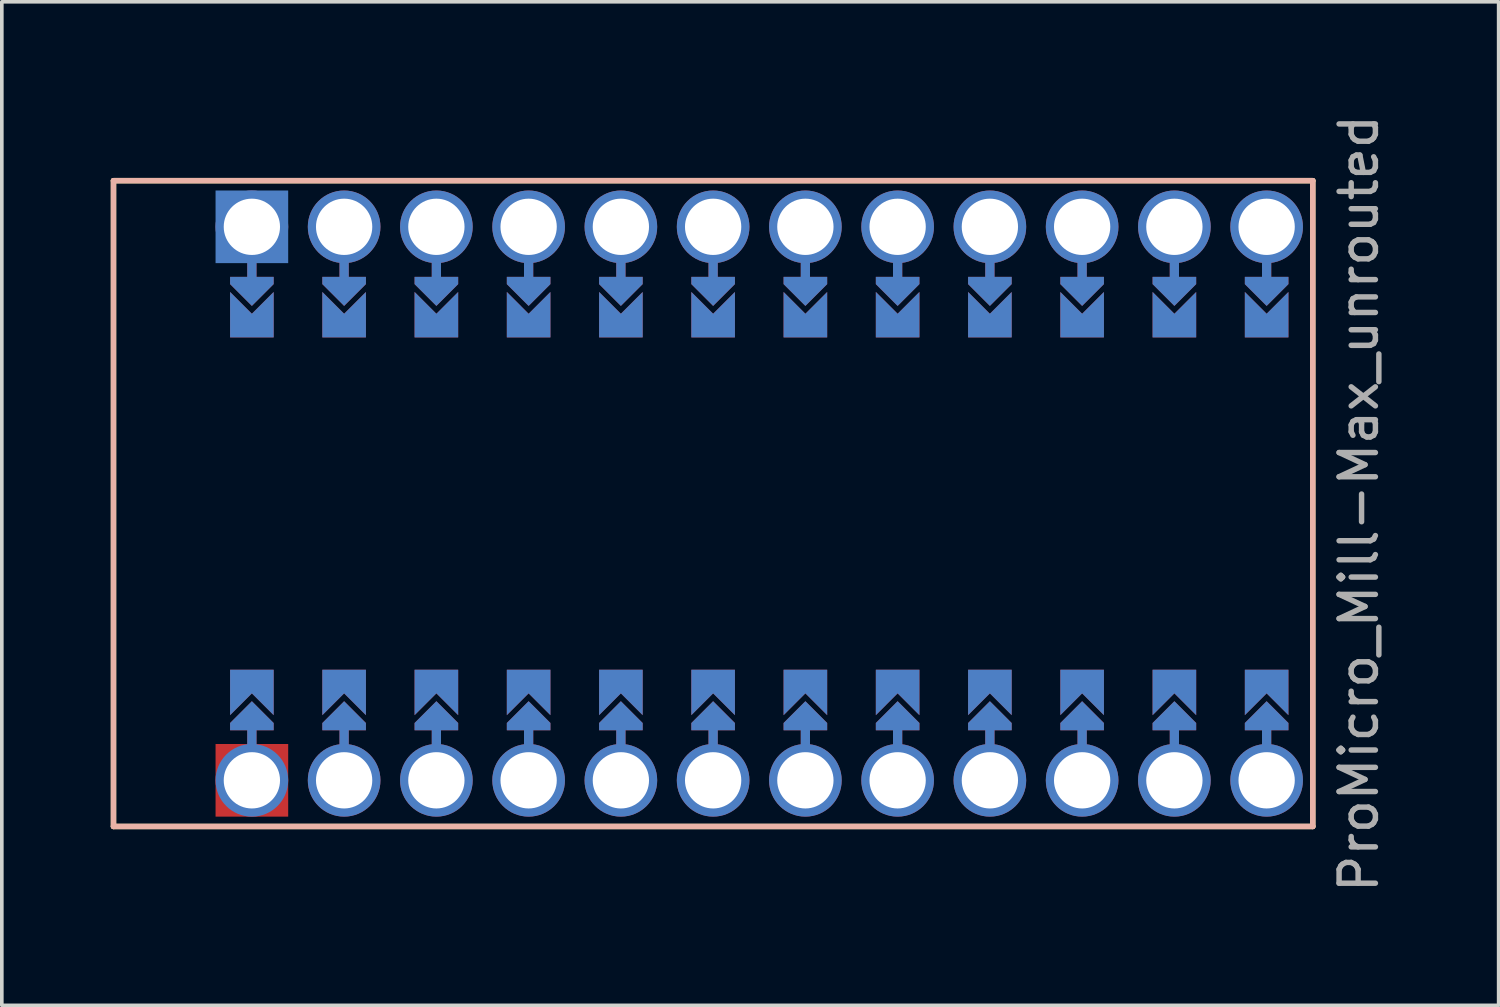
<source format=kicad_pcb>
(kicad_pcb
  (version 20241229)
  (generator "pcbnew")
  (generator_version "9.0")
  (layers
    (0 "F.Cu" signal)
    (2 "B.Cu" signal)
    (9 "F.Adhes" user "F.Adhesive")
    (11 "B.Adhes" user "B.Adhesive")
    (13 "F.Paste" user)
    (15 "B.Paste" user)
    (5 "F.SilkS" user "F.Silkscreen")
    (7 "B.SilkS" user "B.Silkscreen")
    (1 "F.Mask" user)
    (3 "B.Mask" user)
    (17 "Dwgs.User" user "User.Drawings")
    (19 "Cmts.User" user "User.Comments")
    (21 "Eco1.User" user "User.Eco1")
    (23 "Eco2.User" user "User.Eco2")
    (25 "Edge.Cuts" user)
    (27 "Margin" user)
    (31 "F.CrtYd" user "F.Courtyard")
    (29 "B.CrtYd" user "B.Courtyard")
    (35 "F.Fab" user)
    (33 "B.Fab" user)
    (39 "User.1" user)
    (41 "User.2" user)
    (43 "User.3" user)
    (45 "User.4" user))
  (footprint "ProMicro_Mill-Max_unrouted"
    (layer "F.Cu")
    (at 17.855 10.815)
    (property "Reference" "ProMicro_Mill-Max_unrouted" (at 16.51 0 90) (layer "F.Fab") (effects (font (size 1 1) (thickness 0.15))))
    (attr through_hole)
    (fp_line (start -13.97 -7.62) (end -13.97 -5.842) (stroke (width 0.254) (type default)) (layer "F.Cu"))
    (fp_line (start -13.97 7.62) (end -13.97 5.842) (stroke (width 0.254) (type default)) (layer "F.Cu"))
    (fp_line (start -11.43 -7.62) (end -11.43 -5.842) (stroke (width 0.254) (type default)) (layer "F.Cu"))
    (fp_line (start -11.43 7.62) (end -11.43 5.842) (stroke (width 0.254) (type default)) (layer "F.Cu"))
    (fp_line (start -8.89 -7.62) (end -8.89 -5.842) (stroke (width 0.254) (type default)) (layer "F.Cu"))
    (fp_line (start -8.89 7.62) (end -8.89 5.842) (stroke (width 0.254) (type default)) (layer "F.Cu"))
    (fp_line (start -6.35 -7.62) (end -6.35 -5.842) (stroke (width 0.254) (type default)) (layer "F.Cu"))
    (fp_line (start -6.35 7.62) (end -6.35 5.842) (stroke (width 0.254) (type default)) (layer "F.Cu"))
    (fp_line (start -3.81 -7.62) (end -3.81 -5.842) (stroke (width 0.254) (type default)) (layer "F.Cu"))
    (fp_line (start -3.81 7.62) (end -3.81 5.842) (stroke (width 0.254) (type default)) (layer "F.Cu"))
    (fp_line (start -1.27 -7.62) (end -1.27 -5.842) (stroke (width 0.254) (type default)) (layer "F.Cu"))
    (fp_line (start -1.27 7.62) (end -1.27 5.842) (stroke (width 0.254) (type default)) (layer "F.Cu"))
    (fp_line (start 1.27 -7.62) (end 1.27 -5.842) (stroke (width 0.254) (type default)) (layer "F.Cu"))
    (fp_line (start 1.27 7.62) (end 1.27 5.842) (stroke (width 0.254) (type default)) (layer "F.Cu"))
    (fp_line (start 3.81 -7.62) (end 3.81 -5.842) (stroke (width 0.254) (type default)) (layer "F.Cu"))
    (fp_line (start 3.81 7.62) (end 3.81 5.842) (stroke (width 0.254) (type default)) (layer "F.Cu"))
    (fp_line (start 6.35 -7.62) (end 6.35 -5.842) (stroke (width 0.254) (type default)) (layer "F.Cu"))
    (fp_line (start 6.35 7.62) (end 6.35 5.842) (stroke (width 0.254) (type default)) (layer "F.Cu"))
    (fp_line (start 8.89 -7.62) (end 8.89 -5.842) (stroke (width 0.254) (type default)) (layer "F.Cu"))
    (fp_line (start 8.89 7.62) (end 8.89 5.842) (stroke (width 0.254) (type default)) (layer "F.Cu"))
    (fp_line (start 11.43 -7.62) (end 11.43 -5.842) (stroke (width 0.254) (type default)) (layer "F.Cu"))
    (fp_line (start 11.43 7.62) (end 11.43 5.842) (stroke (width 0.254) (type default)) (layer "F.Cu"))
    (fp_line (start 13.97 -7.62) (end 13.97 -5.842) (stroke (width 0.254) (type default)) (layer "F.Cu"))
    (fp_line (start 13.97 7.62) (end 13.97 5.842) (stroke (width 0.254) (type default)) (layer "F.Cu"))
    (fp_poly (pts (xy -14.478 5.08) (xy -13.462 5.08) (xy -13.462 6.096) (xy -14.478 6.096)) (stroke (width 0.2) (type solid)) (fill yes) (layer "F.Mask"))
    (fp_poly (pts (xy -13.462 -5.08) (xy -14.478 -5.08) (xy -14.478 -6.096) (xy -13.462 -6.096)) (stroke (width 0.2) (type solid)) (fill yes) (layer "F.Mask"))
    (fp_poly (pts (xy -11.938 5.08) (xy -10.922 5.08) (xy -10.922 6.096) (xy -11.938 6.096)) (stroke (width 0.2) (type solid)) (fill yes) (layer "F.Mask"))
    (fp_poly (pts (xy -10.922 -5.08) (xy -11.938 -5.08) (xy -11.938 -6.096) (xy -10.922 -6.096)) (stroke (width 0.2) (type solid)) (fill yes) (layer "F.Mask"))
    (fp_poly (pts (xy -9.398 5.08) (xy -8.382 5.08) (xy -8.382 6.096) (xy -9.398 6.096)) (stroke (width 0.2) (type solid)) (fill yes) (layer "F.Mask"))
    (fp_poly (pts (xy -8.382 -5.08) (xy -9.398 -5.08) (xy -9.398 -6.096) (xy -8.382 -6.096)) (stroke (width 0.2) (type solid)) (fill yes) (layer "F.Mask"))
    (fp_poly (pts (xy -6.858 5.08) (xy -5.842 5.08) (xy -5.842 6.096) (xy -6.858 6.096)) (stroke (width 0.2) (type solid)) (fill yes) (layer "F.Mask"))
    (fp_poly (pts (xy -5.842 -5.08) (xy -6.858 -5.08) (xy -6.858 -6.096) (xy -5.842 -6.096)) (stroke (width 0.2) (type solid)) (fill yes) (layer "F.Mask"))
    (fp_poly (pts (xy -4.318 5.08) (xy -3.302 5.08) (xy -3.302 6.096) (xy -4.318 6.096)) (stroke (width 0.2) (type solid)) (fill yes) (layer "F.Mask"))
    (fp_poly (pts (xy -3.302 -5.08) (xy -4.318 -5.08) (xy -4.318 -6.096) (xy -3.302 -6.096)) (stroke (width 0.2) (type solid)) (fill yes) (layer "F.Mask"))
    (fp_poly (pts (xy -1.778 5.08) (xy -0.762 5.08) (xy -0.762 6.096) (xy -1.778 6.096)) (stroke (width 0.2) (type solid)) (fill yes) (layer "F.Mask"))
    (fp_poly (pts (xy -0.762 -5.08) (xy -1.778 -5.08) (xy -1.778 -6.096) (xy -0.762 -6.096)) (stroke (width 0.2) (type solid)) (fill yes) (layer "F.Mask"))
    (fp_poly (pts (xy 0.762 5.08) (xy 1.778 5.08) (xy 1.778 6.096) (xy 0.762 6.096)) (stroke (width 0.2) (type solid)) (fill yes) (layer "F.Mask"))
    (fp_poly (pts (xy 1.778 -5.08) (xy 0.762 -5.08) (xy 0.762 -6.096) (xy 1.778 -6.096)) (stroke (width 0.2) (type solid)) (fill yes) (layer "F.Mask"))
    (fp_poly (pts (xy 3.302 5.08) (xy 4.318 5.08) (xy 4.318 6.096) (xy 3.302 6.096)) (stroke (width 0.2) (type solid)) (fill yes) (layer "F.Mask"))
    (fp_poly (pts (xy 4.318 -5.08) (xy 3.302 -5.08) (xy 3.302 -6.096) (xy 4.318 -6.096)) (stroke (width 0.2) (type solid)) (fill yes) (layer "F.Mask"))
    (fp_poly (pts (xy 5.842 5.08) (xy 6.858 5.08) (xy 6.858 6.096) (xy 5.842 6.096)) (stroke (width 0.2) (type solid)) (fill yes) (layer "F.Mask"))
    (fp_poly (pts (xy 6.858 -5.08) (xy 5.842 -5.08) (xy 5.842 -6.096) (xy 6.858 -6.096)) (stroke (width 0.2) (type solid)) (fill yes) (layer "F.Mask"))
    (fp_poly (pts (xy 8.382 5.08) (xy 9.398 5.08) (xy 9.398 6.096) (xy 8.382 6.096)) (stroke (width 0.2) (type solid)) (fill yes) (layer "F.Mask"))
    (fp_poly (pts (xy 9.398 -5.08) (xy 8.382 -5.08) (xy 8.382 -6.096) (xy 9.398 -6.096)) (stroke (width 0.2) (type solid)) (fill yes) (layer "F.Mask"))
    (fp_poly (pts (xy 10.922 5.08) (xy 11.938 5.08) (xy 11.938 6.096) (xy 10.922 6.096)) (stroke (width 0.2) (type solid)) (fill yes) (layer "F.Mask"))
    (fp_poly (pts (xy 11.938 -5.08) (xy 10.922 -5.08) (xy 10.922 -6.096) (xy 11.938 -6.096)) (stroke (width 0.2) (type solid)) (fill yes) (layer "F.Mask"))
    (fp_poly (pts (xy 13.462 5.08) (xy 14.478 5.08) (xy 14.478 6.096) (xy 13.462 6.096)) (stroke (width 0.2) (type solid)) (fill yes) (layer "F.Mask"))
    (fp_poly (pts (xy 14.478 -5.08) (xy 13.462 -5.08) (xy 13.462 -6.096) (xy 14.478 -6.096)) (stroke (width 0.2) (type solid)) (fill yes) (layer "F.Mask"))
    (fp_line (start -13.97 -7.62) (end -13.97 -5.842) (stroke (width 0.254) (type default)) (layer "B.Cu"))
    (fp_line (start -13.97 7.62) (end -13.97 5.842) (stroke (width 0.254) (type default)) (layer "B.Cu"))
    (fp_line (start -11.43 -7.62) (end -11.43 -5.842) (stroke (width 0.254) (type default)) (layer "B.Cu"))
    (fp_line (start -11.43 7.62) (end -11.43 5.842) (stroke (width 0.254) (type default)) (layer "B.Cu"))
    (fp_line (start -8.89 -7.62) (end -8.89 -5.842) (stroke (width 0.254) (type default)) (layer "B.Cu"))
    (fp_line (start -8.89 7.62) (end -8.89 5.842) (stroke (width 0.254) (type default)) (layer "B.Cu"))
    (fp_line (start -6.35 -7.62) (end -6.35 -5.842) (stroke (width 0.254) (type default)) (layer "B.Cu"))
    (fp_line (start -6.35 7.62) (end -6.35 5.842) (stroke (width 0.254) (type default)) (layer "B.Cu"))
    (fp_line (start -3.81 -7.62) (end -3.81 -5.842) (stroke (width 0.254) (type default)) (layer "B.Cu"))
    (fp_line (start -3.81 7.62) (end -3.81 5.842) (stroke (width 0.254) (type default)) (layer "B.Cu"))
    (fp_line (start -1.27 -7.62) (end -1.27 -5.842) (stroke (width 0.254) (type default)) (layer "B.Cu"))
    (fp_line (start -1.27 7.62) (end -1.27 5.842) (stroke (width 0.254) (type default)) (layer "B.Cu"))
    (fp_line (start 1.27 -7.62) (end 1.27 -5.842) (stroke (width 0.254) (type default)) (layer "B.Cu"))
    (fp_line (start 1.27 7.62) (end 1.27 5.842) (stroke (width 0.254) (type default)) (layer "B.Cu"))
    (fp_line (start 3.81 -7.62) (end 3.81 -5.842) (stroke (width 0.254) (type default)) (layer "B.Cu"))
    (fp_line (start 3.81 7.62) (end 3.81 5.842) (stroke (width 0.254) (type default)) (layer "B.Cu"))
    (fp_line (start 6.35 -7.62) (end 6.35 -5.842) (stroke (width 0.254) (type default)) (layer "B.Cu"))
    (fp_line (start 6.35 7.62) (end 6.35 5.842) (stroke (width 0.254) (type default)) (layer "B.Cu"))
    (fp_line (start 8.89 -7.62) (end 8.89 -5.842) (stroke (width 0.254) (type default)) (layer "B.Cu"))
    (fp_line (start 8.89 7.62) (end 8.89 5.842) (stroke (width 0.254) (type default)) (layer "B.Cu"))
    (fp_line (start 11.43 -7.62) (end 11.43 -5.842) (stroke (width 0.254) (type default)) (layer "B.Cu"))
    (fp_line (start 11.43 7.62) (end 11.43 5.842) (stroke (width 0.254) (type default)) (layer "B.Cu"))
    (fp_line (start 13.97 -7.62) (end 13.97 -5.842) (stroke (width 0.254) (type default)) (layer "B.Cu"))
    (fp_line (start 13.97 7.62) (end 13.97 5.842) (stroke (width 0.254) (type default)) (layer "B.Cu"))
    (fp_poly (pts (xy -14.478 5.08) (xy -13.462 5.08) (xy -13.462 6.096) (xy -14.478 6.096)) (stroke (width 0.2) (type solid)) (fill yes) (layer "B.Mask"))
    (fp_poly (pts (xy -13.462 -5.08) (xy -14.478 -5.08) (xy -14.478 -6.096) (xy -13.462 -6.096)) (stroke (width 0.2) (type solid)) (fill yes) (layer "B.Mask"))
    (fp_poly (pts (xy -11.938 5.08) (xy -10.922 5.08) (xy -10.922 6.096) (xy -11.938 6.096)) (stroke (width 0.2) (type solid)) (fill yes) (layer "B.Mask"))
    (fp_poly (pts (xy -10.922 -5.08) (xy -11.938 -5.08) (xy -11.938 -6.096) (xy -10.922 -6.096)) (stroke (width 0.2) (type solid)) (fill yes) (layer "B.Mask"))
    (fp_poly (pts (xy -9.398 5.08) (xy -8.382 5.08) (xy -8.382 6.096) (xy -9.398 6.096)) (stroke (width 0.2) (type solid)) (fill yes) (layer "B.Mask"))
    (fp_poly (pts (xy -8.382 -5.08) (xy -9.398 -5.08) (xy -9.398 -6.096) (xy -8.382 -6.096)) (stroke (width 0.2) (type solid)) (fill yes) (layer "B.Mask"))
    (fp_poly (pts (xy -6.858 5.08) (xy -5.842 5.08) (xy -5.842 6.096) (xy -6.858 6.096)) (stroke (width 0.2) (type solid)) (fill yes) (layer "B.Mask"))
    (fp_poly (pts (xy -5.842 -5.08) (xy -6.858 -5.08) (xy -6.858 -6.096) (xy -5.842 -6.096)) (stroke (width 0.2) (type solid)) (fill yes) (layer "B.Mask"))
    (fp_poly (pts (xy -4.318 5.08) (xy -3.302 5.08) (xy -3.302 6.096) (xy -4.318 6.096)) (stroke (width 0.2) (type solid)) (fill yes) (layer "B.Mask"))
    (fp_poly (pts (xy -3.302 -5.08) (xy -4.318 -5.08) (xy -4.318 -6.096) (xy -3.302 -6.096)) (stroke (width 0.2) (type solid)) (fill yes) (layer "B.Mask"))
    (fp_poly (pts (xy -1.778 5.08) (xy -0.762 5.08) (xy -0.762 6.096) (xy -1.778 6.096)) (stroke (width 0.2) (type solid)) (fill yes) (layer "B.Mask"))
    (fp_poly (pts (xy -0.762 -5.08) (xy -1.778 -5.08) (xy -1.778 -6.096) (xy -0.762 -6.096)) (stroke (width 0.2) (type solid)) (fill yes) (layer "B.Mask"))
    (fp_poly (pts (xy 0.762 5.08) (xy 1.778 5.08) (xy 1.778 6.096) (xy 0.762 6.096)) (stroke (width 0.2) (type solid)) (fill yes) (layer "B.Mask"))
    (fp_poly (pts (xy 1.778 -5.08) (xy 0.762 -5.08) (xy 0.762 -6.096) (xy 1.778 -6.096)) (stroke (width 0.2) (type solid)) (fill yes) (layer "B.Mask"))
    (fp_poly (pts (xy 3.302 5.08) (xy 4.318 5.08) (xy 4.318 6.096) (xy 3.302 6.096)) (stroke (width 0.2) (type solid)) (fill yes) (layer "B.Mask"))
    (fp_poly (pts (xy 4.318 -5.08) (xy 3.302 -5.08) (xy 3.302 -6.096) (xy 4.318 -6.096)) (stroke (width 0.2) (type solid)) (fill yes) (layer "B.Mask"))
    (fp_poly (pts (xy 5.842 5.08) (xy 6.858 5.08) (xy 6.858 6.096) (xy 5.842 6.096)) (stroke (width 0.2) (type solid)) (fill yes) (layer "B.Mask"))
    (fp_poly (pts (xy 6.858 -5.08) (xy 5.842 -5.08) (xy 5.842 -6.096) (xy 6.858 -6.096)) (stroke (width 0.2) (type solid)) (fill yes) (layer "B.Mask"))
    (fp_poly (pts (xy 8.382 5.08) (xy 9.398 5.08) (xy 9.398 6.096) (xy 8.382 6.096)) (stroke (width 0.2) (type solid)) (fill yes) (layer "B.Mask"))
    (fp_poly (pts (xy 9.398 -5.08) (xy 8.382 -5.08) (xy 8.382 -6.096) (xy 9.398 -6.096)) (stroke (width 0.2) (type solid)) (fill yes) (layer "B.Mask"))
    (fp_poly (pts (xy 10.922 5.08) (xy 11.938 5.08) (xy 11.938 6.096) (xy 10.922 6.096)) (stroke (width 0.2) (type solid)) (fill yes) (layer "B.Mask"))
    (fp_poly (pts (xy 11.938 -5.08) (xy 10.922 -5.08) (xy 10.922 -6.096) (xy 11.938 -6.096)) (stroke (width 0.2) (type solid)) (fill yes) (layer "B.Mask"))
    (fp_poly (pts (xy 13.462 5.08) (xy 14.478 5.08) (xy 14.478 6.096) (xy 13.462 6.096)) (stroke (width 0.2) (type solid)) (fill yes) (layer "B.Mask"))
    (fp_poly (pts (xy 14.478 -5.08) (xy 13.462 -5.08) (xy 13.462 -6.096) (xy 14.478 -6.096)) (stroke (width 0.2) (type solid)) (fill yes) (layer "B.Mask"))
    (fp_line (start -17.78 -8.89) (end 15.24 -8.89) (stroke (width 0.15) (type solid)) (layer "F.SilkS"))
    (fp_line (start -17.78 8.89) (end -17.78 -8.89) (stroke (width 0.15) (type solid)) (layer "F.SilkS"))
    (fp_line (start -17.78 8.89) (end 15.24 8.89) (stroke (width 0.15) (type solid)) (layer "F.SilkS"))
    (fp_line (start 15.24 -8.89) (end 15.24 8.89) (stroke (width 0.15) (type solid)) (layer "F.SilkS"))
    (fp_line (start -17.78 -8.89) (end 15.24 -8.89) (stroke (width 0.15) (type solid)) (layer "B.SilkS"))
    (fp_line (start -17.78 8.89) (end -17.78 -8.89) (stroke (width 0.15) (type solid)) (layer "B.SilkS"))
    (fp_line (start -17.78 8.89) (end 15.24 8.89) (stroke (width 0.15) (type solid)) (layer "B.SilkS"))
    (fp_line (start 15.24 -8.89) (end 15.24 8.89) (stroke (width 0.15) (type solid)) (layer "B.SilkS"))
    (pad "" thru_hole circle (at -13.97 -7.62) (size 2 2) (drill 1.55) (layers "*.Cu" "*.Paste" "*.Mask"))
    (pad "" smd rect (at -13.97 -7.62) (size 2 2) (layers "B.Cu" "B.Mask" "B.Paste"))
    (pad "" smd custom (at -13.97 -5.842) (size 0.1 0.1) (layers "F.Cu" "F.Mask") (options (anchor rect)) (primitives (gr_poly (pts (xy 0.6 -0.4) (xy -0.6 -0.4) (xy -0.6 -0.2) (xy 0 0.4) (xy 0.6 -0.2)) (width 0) (fill yes))))
    (pad "" smd custom (at -13.97 -5.842) (size 0.1 0.1) (layers "B.Cu" "B.Mask") (options (anchor rect)) (primitives (gr_poly (pts (xy 0.6 -0.4) (xy -0.6 -0.4) (xy -0.6 -0.2) (xy 0 0.4) (xy 0.6 -0.2)) (width 0) (fill yes))))
    (pad "" smd custom (at -13.97 5.842 180) (size 0.1 0.1) (layers "F.Cu" "F.Mask") (options (anchor rect)) (primitives (gr_poly (pts (xy 0.6 -0.4) (xy -0.6 -0.4) (xy -0.6 -0.2) (xy 0 0.4) (xy 0.6 -0.2)) (width 0) (fill yes))))
    (pad "" smd custom (at -13.97 5.842 180) (size 0.1 0.1) (layers "B.Cu" "B.Mask") (options (anchor rect)) (primitives (gr_poly (pts (xy 0.6 -0.4) (xy -0.6 -0.4) (xy -0.6 -0.2) (xy 0 0.4) (xy 0.6 -0.2)) (width 0) (fill yes))))
    (pad "" thru_hole circle (at -13.97 7.62) (size 2 2) (drill 1.55) (layers "*.Cu" "*.Paste" "*.Mask"))
    (pad "" smd rect (at -13.97 7.62 270) (size 2 2) (layers "F.Cu" "F.Mask" "F.Paste"))
    (pad "" thru_hole circle (at -11.43 -7.62) (size 2 2) (drill 1.55) (layers "*.Cu" "*.Paste" "*.Mask"))
    (pad "" smd custom (at -11.43 -5.842) (size 0.1 0.1) (layers "F.Cu" "F.Mask") (options (anchor rect)) (primitives (gr_poly (pts (xy 0.6 -0.4) (xy -0.6 -0.4) (xy -0.6 -0.2) (xy 0 0.4) (xy 0.6 -0.2)) (width 0) (fill yes))))
    (pad "" smd custom (at -11.43 -5.842) (size 0.1 0.1) (layers "B.Cu" "B.Mask") (options (anchor rect)) (primitives (gr_poly (pts (xy 0.6 -0.4) (xy -0.6 -0.4) (xy -0.6 -0.2) (xy 0 0.4) (xy 0.6 -0.2)) (width 0) (fill yes))))
    (pad "" smd custom (at -11.43 5.842 180) (size 0.1 0.1) (layers "F.Cu" "F.Mask") (options (anchor rect)) (primitives (gr_poly (pts (xy 0.6 -0.4) (xy -0.6 -0.4) (xy -0.6 -0.2) (xy 0 0.4) (xy 0.6 -0.2)) (width 0) (fill yes))))
    (pad "" smd custom (at -11.43 5.842 180) (size 0.1 0.1) (layers "B.Cu" "B.Mask") (options (anchor rect)) (primitives (gr_poly (pts (xy 0.6 -0.4) (xy -0.6 -0.4) (xy -0.6 -0.2) (xy 0 0.4) (xy 0.6 -0.2)) (width 0) (fill yes))))
    (pad "" thru_hole circle (at -11.43 7.62) (size 2 2) (drill 1.55) (layers "*.Cu" "*.Paste" "*.Mask"))
    (pad "" thru_hole circle (at -8.89 -7.62) (size 2 2) (drill 1.55) (layers "*.Cu" "*.Paste" "*.Mask"))
    (pad "" smd custom (at -8.89 -5.842) (size 0.1 0.1) (layers "F.Cu" "F.Mask") (options (anchor rect)) (primitives (gr_poly (pts (xy 0.6 -0.4) (xy -0.6 -0.4) (xy -0.6 -0.2) (xy 0 0.4) (xy 0.6 -0.2)) (width 0) (fill yes))))
    (pad "" smd custom (at -8.89 -5.842) (size 0.1 0.1) (layers "B.Cu" "B.Mask") (options (anchor rect)) (primitives (gr_poly (pts (xy 0.6 -0.4) (xy -0.6 -0.4) (xy -0.6 -0.2) (xy 0 0.4) (xy 0.6 -0.2)) (width 0) (fill yes))))
    (pad "" smd custom (at -8.89 5.842 180) (size 0.1 0.1) (layers "F.Cu" "F.Mask") (options (anchor rect)) (primitives (gr_poly (pts (xy 0.6 -0.4) (xy -0.6 -0.4) (xy -0.6 -0.2) (xy 0 0.4) (xy 0.6 -0.2)) (width 0) (fill yes))))
    (pad "" smd custom (at -8.89 5.842 180) (size 0.1 0.1) (layers "B.Cu" "B.Mask") (options (anchor rect)) (primitives (gr_poly (pts (xy 0.6 -0.4) (xy -0.6 -0.4) (xy -0.6 -0.2) (xy 0 0.4) (xy 0.6 -0.2)) (width 0) (fill yes))))
    (pad "" thru_hole circle (at -8.89 7.62) (size 2 2) (drill 1.55) (layers "*.Cu" "*.Paste" "*.Mask"))
    (pad "" thru_hole circle (at -6.35 -7.62) (size 2 2) (drill 1.55) (layers "*.Cu" "*.Paste" "*.Mask"))
    (pad "" smd custom (at -6.35 -5.842) (size 0.1 0.1) (layers "F.Cu" "F.Mask") (options (anchor rect)) (primitives (gr_poly (pts (xy 0.6 -0.4) (xy -0.6 -0.4) (xy -0.6 -0.2) (xy 0 0.4) (xy 0.6 -0.2)) (width 0) (fill yes))))
    (pad "" smd custom (at -6.35 -5.842) (size 0.1 0.1) (layers "B.Cu" "B.Mask") (options (anchor rect)) (primitives (gr_poly (pts (xy 0.6 -0.4) (xy -0.6 -0.4) (xy -0.6 -0.2) (xy 0 0.4) (xy 0.6 -0.2)) (width 0) (fill yes))))
    (pad "" smd custom (at -6.35 5.842 180) (size 0.1 0.1) (layers "F.Cu" "F.Mask") (options (anchor rect)) (primitives (gr_poly (pts (xy 0.6 -0.4) (xy -0.6 -0.4) (xy -0.6 -0.2) (xy 0 0.4) (xy 0.6 -0.2)) (width 0) (fill yes))))
    (pad "" smd custom (at -6.35 5.842 180) (size 0.1 0.1) (layers "B.Cu" "B.Mask") (options (anchor rect)) (primitives (gr_poly (pts (xy 0.6 -0.4) (xy -0.6 -0.4) (xy -0.6 -0.2) (xy 0 0.4) (xy 0.6 -0.2)) (width 0) (fill yes))))
    (pad "" thru_hole circle (at -6.35 7.62) (size 2 2) (drill 1.55) (layers "*.Cu" "*.Paste" "*.Mask"))
    (pad "" thru_hole circle (at -3.81 -7.62) (size 2 2) (drill 1.55) (layers "*.Cu" "*.Paste" "*.Mask"))
    (pad "" smd custom (at -3.81 -5.842) (size 0.1 0.1) (layers "F.Cu" "F.Mask") (options (anchor rect)) (primitives (gr_poly (pts (xy 0.6 -0.4) (xy -0.6 -0.4) (xy -0.6 -0.2) (xy 0 0.4) (xy 0.6 -0.2)) (width 0) (fill yes))))
    (pad "" smd custom (at -3.81 -5.842) (size 0.1 0.1) (layers "B.Cu" "B.Mask") (options (anchor rect)) (primitives (gr_poly (pts (xy 0.6 -0.4) (xy -0.6 -0.4) (xy -0.6 -0.2) (xy 0 0.4) (xy 0.6 -0.2)) (width 0) (fill yes))))
    (pad "" smd custom (at -3.81 5.842 180) (size 0.1 0.1) (layers "F.Cu" "F.Mask") (options (anchor rect)) (primitives (gr_poly (pts (xy 0.6 -0.4) (xy -0.6 -0.4) (xy -0.6 -0.2) (xy 0 0.4) (xy 0.6 -0.2)) (width 0) (fill yes))))
    (pad "" smd custom (at -3.81 5.842 180) (size 0.1 0.1) (layers "B.Cu" "B.Mask") (options (anchor rect)) (primitives (gr_poly (pts (xy 0.6 -0.4) (xy -0.6 -0.4) (xy -0.6 -0.2) (xy 0 0.4) (xy 0.6 -0.2)) (width 0) (fill yes))))
    (pad "" thru_hole circle (at -3.81 7.62) (size 2 2) (drill 1.55) (layers "*.Cu" "*.Paste" "*.Mask"))
    (pad "" thru_hole circle (at -1.27 -7.62) (size 2 2) (drill 1.55) (layers "*.Cu" "*.Paste" "*.Mask"))
    (pad "" smd custom (at -1.27 -5.842) (size 0.1 0.1) (layers "F.Cu" "F.Mask") (options (anchor rect)) (primitives (gr_poly (pts (xy 0.6 -0.4) (xy -0.6 -0.4) (xy -0.6 -0.2) (xy 0 0.4) (xy 0.6 -0.2)) (width 0) (fill yes))))
    (pad "" smd custom (at -1.27 -5.842) (size 0.1 0.1) (layers "B.Cu" "B.Mask") (options (anchor rect)) (primitives (gr_poly (pts (xy 0.6 -0.4) (xy -0.6 -0.4) (xy -0.6 -0.2) (xy 0 0.4) (xy 0.6 -0.2)) (width 0) (fill yes))))
    (pad "" smd custom (at -1.27 5.842 180) (size 0.1 0.1) (layers "F.Cu" "F.Mask") (options (anchor rect)) (primitives (gr_poly (pts (xy 0.6 -0.4) (xy -0.6 -0.4) (xy -0.6 -0.2) (xy 0 0.4) (xy 0.6 -0.2)) (width 0) (fill yes))))
    (pad "" smd custom (at -1.27 5.842 180) (size 0.1 0.1) (layers "B.Cu" "B.Mask") (options (anchor rect)) (primitives (gr_poly (pts (xy 0.6 -0.4) (xy -0.6 -0.4) (xy -0.6 -0.2) (xy 0 0.4) (xy 0.6 -0.2)) (width 0) (fill yes))))
    (pad "" thru_hole circle (at -1.27 7.62) (size 2 2) (drill 1.55) (layers "*.Cu" "*.Paste" "*.Mask"))
    (pad "" thru_hole circle (at 1.27 -7.62) (size 2 2) (drill 1.55) (layers "*.Cu" "*.Paste" "*.Mask"))
    (pad "" smd custom (at 1.27 -5.842) (size 0.1 0.1) (layers "F.Cu" "F.Mask") (options (anchor rect)) (primitives (gr_poly (pts (xy 0.6 -0.4) (xy -0.6 -0.4) (xy -0.6 -0.2) (xy 0 0.4) (xy 0.6 -0.2)) (width 0) (fill yes))))
    (pad "" smd custom (at 1.27 -5.842) (size 0.1 0.1) (layers "B.Cu" "B.Mask") (options (anchor rect)) (primitives (gr_poly (pts (xy 0.6 -0.4) (xy -0.6 -0.4) (xy -0.6 -0.2) (xy 0 0.4) (xy 0.6 -0.2)) (width 0) (fill yes))))
    (pad "" smd custom (at 1.27 5.842 180) (size 0.1 0.1) (layers "F.Cu" "F.Mask") (options (anchor rect)) (primitives (gr_poly (pts (xy 0.6 -0.4) (xy -0.6 -0.4) (xy -0.6 -0.2) (xy 0 0.4) (xy 0.6 -0.2)) (width 0) (fill yes))))
    (pad "" smd custom (at 1.27 5.842 180) (size 0.1 0.1) (layers "B.Cu" "B.Mask") (options (anchor rect)) (primitives (gr_poly (pts (xy 0.6 -0.4) (xy -0.6 -0.4) (xy -0.6 -0.2) (xy 0 0.4) (xy 0.6 -0.2)) (width 0) (fill yes))))
    (pad "" thru_hole circle (at 1.27 7.62) (size 2 2) (drill 1.55) (layers "*.Cu" "*.Paste" "*.Mask"))
    (pad "" thru_hole circle (at 3.81 -7.62) (size 2 2) (drill 1.55) (layers "*.Cu" "*.Paste" "*.Mask"))
    (pad "" smd custom (at 3.81 -5.842) (size 0.1 0.1) (layers "F.Cu" "F.Mask") (options (anchor rect)) (primitives (gr_poly (pts (xy 0.6 -0.4) (xy -0.6 -0.4) (xy -0.6 -0.2) (xy 0 0.4) (xy 0.6 -0.2)) (width 0) (fill yes))))
    (pad "" smd custom (at 3.81 -5.842) (size 0.1 0.1) (layers "B.Cu" "B.Mask") (options (anchor rect)) (primitives (gr_poly (pts (xy 0.6 -0.4) (xy -0.6 -0.4) (xy -0.6 -0.2) (xy 0 0.4) (xy 0.6 -0.2)) (width 0) (fill yes))))
    (pad "" smd custom (at 3.81 5.842 180) (size 0.1 0.1) (layers "F.Cu" "F.Mask") (options (anchor rect)) (primitives (gr_poly (pts (xy 0.6 -0.4) (xy -0.6 -0.4) (xy -0.6 -0.2) (xy 0 0.4) (xy 0.6 -0.2)) (width 0) (fill yes))))
    (pad "" smd custom (at 3.81 5.842 180) (size 0.1 0.1) (layers "B.Cu" "B.Mask") (options (anchor rect)) (primitives (gr_poly (pts (xy 0.6 -0.4) (xy -0.6 -0.4) (xy -0.6 -0.2) (xy 0 0.4) (xy 0.6 -0.2)) (width 0) (fill yes))))
    (pad "" thru_hole circle (at 3.81 7.62) (size 2 2) (drill 1.55) (layers "*.Cu" "*.Paste" "*.Mask"))
    (pad "" thru_hole circle (at 6.35 -7.62) (size 2 2) (drill 1.55) (layers "*.Cu" "*.Paste" "*.Mask"))
    (pad "" smd custom (at 6.35 -5.842) (size 0.1 0.1) (layers "F.Cu" "F.Mask") (options (anchor rect)) (primitives (gr_poly (pts (xy 0.6 -0.4) (xy -0.6 -0.4) (xy -0.6 -0.2) (xy 0 0.4) (xy 0.6 -0.2)) (width 0) (fill yes))))
    (pad "" smd custom (at 6.35 -5.842) (size 0.1 0.1) (layers "B.Cu" "B.Mask") (options (anchor rect)) (primitives (gr_poly (pts (xy 0.6 -0.4) (xy -0.6 -0.4) (xy -0.6 -0.2) (xy 0 0.4) (xy 0.6 -0.2)) (width 0) (fill yes))))
    (pad "" smd custom (at 6.35 5.842 180) (size 0.1 0.1) (layers "F.Cu" "F.Mask") (options (anchor rect)) (primitives (gr_poly (pts (xy 0.6 -0.4) (xy -0.6 -0.4) (xy -0.6 -0.2) (xy 0 0.4) (xy 0.6 -0.2)) (width 0) (fill yes))))
    (pad "" smd custom (at 6.35 5.842 180) (size 0.1 0.1) (layers "B.Cu" "B.Mask") (options (anchor rect)) (primitives (gr_poly (pts (xy 0.6 -0.4) (xy -0.6 -0.4) (xy -0.6 -0.2) (xy 0 0.4) (xy 0.6 -0.2)) (width 0) (fill yes))))
    (pad "" thru_hole circle (at 6.35 7.62) (size 2 2) (drill 1.55) (layers "*.Cu" "*.Paste" "*.Mask"))
    (pad "" thru_hole circle (at 8.89 -7.62) (size 2 2) (drill 1.55) (layers "*.Cu" "*.Paste" "*.Mask"))
    (pad "" smd custom (at 8.89 -5.842) (size 0.1 0.1) (layers "F.Cu" "F.Mask") (options (anchor rect)) (primitives (gr_poly (pts (xy 0.6 -0.4) (xy -0.6 -0.4) (xy -0.6 -0.2) (xy 0 0.4) (xy 0.6 -0.2)) (width 0) (fill yes))))
    (pad "" smd custom (at 8.89 -5.842) (size 0.1 0.1) (layers "B.Cu" "B.Mask") (options (anchor rect)) (primitives (gr_poly (pts (xy 0.6 -0.4) (xy -0.6 -0.4) (xy -0.6 -0.2) (xy 0 0.4) (xy 0.6 -0.2)) (width 0) (fill yes))))
    (pad "" smd custom (at 8.89 5.842 180) (size 0.1 0.1) (layers "F.Cu" "F.Mask") (options (anchor rect)) (primitives (gr_poly (pts (xy 0.6 -0.4) (xy -0.6 -0.4) (xy -0.6 -0.2) (xy 0 0.4) (xy 0.6 -0.2)) (width 0) (fill yes))))
    (pad "" smd custom (at 8.89 5.842 180) (size 0.1 0.1) (layers "B.Cu" "B.Mask") (options (anchor rect)) (primitives (gr_poly (pts (xy 0.6 -0.4) (xy -0.6 -0.4) (xy -0.6 -0.2) (xy 0 0.4) (xy 0.6 -0.2)) (width 0) (fill yes))))
    (pad "" thru_hole circle (at 8.89 7.62) (size 2 2) (drill 1.55) (layers "*.Cu" "*.Paste" "*.Mask"))
    (pad "" thru_hole circle (at 11.43 -7.62) (size 2 2) (drill 1.55) (layers "*.Cu" "*.Paste" "*.Mask"))
    (pad "" smd custom (at 11.43 -5.842) (size 0.1 0.1) (layers "F.Cu" "F.Mask") (options (anchor rect)) (primitives (gr_poly (pts (xy 0.6 -0.4) (xy -0.6 -0.4) (xy -0.6 -0.2) (xy 0 0.4) (xy 0.6 -0.2)) (width 0) (fill yes))))
    (pad "" smd custom (at 11.43 -5.842) (size 0.1 0.1) (layers "B.Cu" "B.Mask") (options (anchor rect)) (primitives (gr_poly (pts (xy 0.6 -0.4) (xy -0.6 -0.4) (xy -0.6 -0.2) (xy 0 0.4) (xy 0.6 -0.2)) (width 0) (fill yes))))
    (pad "" smd custom (at 11.43 5.842 180) (size 0.1 0.1) (layers "F.Cu" "F.Mask") (options (anchor rect)) (primitives (gr_poly (pts (xy 0.6 -0.4) (xy -0.6 -0.4) (xy -0.6 -0.2) (xy 0 0.4) (xy 0.6 -0.2)) (width 0) (fill yes))))
    (pad "" smd custom (at 11.43 5.842 180) (size 0.1 0.1) (layers "B.Cu" "B.Mask") (options (anchor rect)) (primitives (gr_poly (pts (xy 0.6 -0.4) (xy -0.6 -0.4) (xy -0.6 -0.2) (xy 0 0.4) (xy 0.6 -0.2)) (width 0) (fill yes))))
    (pad "" thru_hole circle (at 11.43 7.62) (size 2 2) (drill 1.55) (layers "*.Cu" "*.Paste" "*.Mask"))
    (pad "" thru_hole circle (at 13.97 -7.62) (size 2 2) (drill 1.55) (layers "*.Cu" "*.Paste" "*.Mask"))
    (pad "" smd custom (at 13.97 -5.842) (size 0.1 0.1) (layers "F.Cu" "F.Mask") (options (anchor rect)) (primitives (gr_poly (pts (xy 0.6 -0.4) (xy -0.6 -0.4) (xy -0.6 -0.2) (xy 0 0.4) (xy 0.6 -0.2)) (width 0) (fill yes))))
    (pad "" smd custom (at 13.97 -5.842) (size 0.1 0.1) (layers "B.Cu" "B.Mask") (options (anchor rect)) (primitives (gr_poly (pts (xy 0.6 -0.4) (xy -0.6 -0.4) (xy -0.6 -0.2) (xy 0 0.4) (xy 0.6 -0.2)) (width 0) (fill yes))))
    (pad "" smd custom (at 13.97 5.842 180) (size 0.1 0.1) (layers "F.Cu" "F.Mask") (options (anchor rect)) (primitives (gr_poly (pts (xy 0.6 -0.4) (xy -0.6 -0.4) (xy -0.6 -0.2) (xy 0 0.4) (xy 0.6 -0.2)) (width 0) (fill yes))))
    (pad "" smd custom (at 13.97 5.842 180) (size 0.1 0.1) (layers "B.Cu" "B.Mask") (options (anchor rect)) (primitives (gr_poly (pts (xy 0.6 -0.4) (xy -0.6 -0.4) (xy -0.6 -0.2) (xy 0 0.4) (xy 0.6 -0.2)) (width 0) (fill yes))))
    (pad "" thru_hole circle (at 13.97 7.62) (size 2 2) (drill 1.55) (layers "*.Cu" "*.Paste" "*.Mask"))
    (pad "1" smd custom (at -13.97 -4.826) (size 1.2 0.5) (layers "F.Cu" "F.Mask") (options (anchor rect)) (primitives (gr_poly (pts (xy 0.6 0) (xy -0.6 0) (xy -0.6 -1) (xy 0 -0.4) (xy 0.6 -1)) (width 0) (fill yes))))
    (pad "1" smd custom (at -13.97 4.826 180) (size 1.2 0.5) (layers "B.Cu" "B.Mask") (options (anchor rect)) (primitives (gr_poly (pts (xy 0.6 0) (xy -0.6 0) (xy -0.6 -1) (xy 0 -0.4) (xy 0.6 -1)) (width 0) (fill yes))))
    (pad "2" smd custom (at -11.43 -4.826) (size 1.2 0.5) (layers "F.Cu" "F.Mask") (options (anchor rect)) (primitives (gr_poly (pts (xy 0.6 0) (xy -0.6 0) (xy -0.6 -1) (xy 0 -0.4) (xy 0.6 -1)) (width 0) (fill yes))))
    (pad "2" smd custom (at -11.43 4.826 180) (size 1.2 0.5) (layers "B.Cu" "B.Mask") (options (anchor rect)) (primitives (gr_poly (pts (xy 0.6 0) (xy -0.6 0) (xy -0.6 -1) (xy 0 -0.4) (xy 0.6 -1)) (width 0) (fill yes))))
    (pad "3" smd custom (at -8.89 -4.826) (size 1.2 0.5) (layers "F.Cu" "F.Mask") (options (anchor rect)) (primitives (gr_poly (pts (xy 0.6 0) (xy -0.6 0) (xy -0.6 -1) (xy 0 -0.4) (xy 0.6 -1)) (width 0) (fill yes))))
    (pad "3" smd custom (at -8.89 4.826 180) (size 1.2 0.5) (layers "B.Cu" "B.Mask") (options (anchor rect)) (primitives (gr_poly (pts (xy 0.6 0) (xy -0.6 0) (xy -0.6 -1) (xy 0 -0.4) (xy 0.6 -1)) (width 0) (fill yes))))
    (pad "4" smd custom (at -6.35 -4.826) (size 1.2 0.5) (layers "F.Cu" "F.Mask") (options (anchor rect)) (primitives (gr_poly (pts (xy 0.6 0) (xy -0.6 0) (xy -0.6 -1) (xy 0 -0.4) (xy 0.6 -1)) (width 0) (fill yes))))
    (pad "4" smd custom (at -6.35 4.826 180) (size 1.2 0.5) (layers "B.Cu" "B.Mask") (options (anchor rect)) (primitives (gr_poly (pts (xy 0.6 0) (xy -0.6 0) (xy -0.6 -1) (xy 0 -0.4) (xy 0.6 -1)) (width 0) (fill yes))))
    (pad "5" smd custom (at -3.81 -4.826) (size 1.2 0.5) (layers "F.Cu" "F.Mask") (options (anchor rect)) (primitives (gr_poly (pts (xy 0.6 0) (xy -0.6 0) (xy -0.6 -1) (xy 0 -0.4) (xy 0.6 -1)) (width 0) (fill yes))))
    (pad "5" smd custom (at -3.81 4.826 180) (size 1.2 0.5) (layers "B.Cu" "B.Mask") (options (anchor rect)) (primitives (gr_poly (pts (xy 0.6 0) (xy -0.6 0) (xy -0.6 -1) (xy 0 -0.4) (xy 0.6 -1)) (width 0) (fill yes))))
    (pad "6" smd custom (at -1.27 -4.826) (size 1.2 0.5) (layers "F.Cu" "F.Mask") (options (anchor rect)) (primitives (gr_poly (pts (xy 0.6 0) (xy -0.6 0) (xy -0.6 -1) (xy 0 -0.4) (xy 0.6 -1)) (width 0) (fill yes))))
    (pad "6" smd custom (at -1.27 4.826 180) (size 1.2 0.5) (layers "B.Cu" "B.Mask") (options (anchor rect)) (primitives (gr_poly (pts (xy 0.6 0) (xy -0.6 0) (xy -0.6 -1) (xy 0 -0.4) (xy 0.6 -1)) (width 0) (fill yes))))
    (pad "7" smd custom (at 1.27 -4.826) (size 1.2 0.5) (layers "F.Cu" "F.Mask") (options (anchor rect)) (primitives (gr_poly (pts (xy 0.6 0) (xy -0.6 0) (xy -0.6 -1) (xy 0 -0.4) (xy 0.6 -1)) (width 0) (fill yes))))
    (pad "7" smd custom (at 1.27 4.826 180) (size 1.2 0.5) (layers "B.Cu" "B.Mask") (options (anchor rect)) (primitives (gr_poly (pts (xy 0.6 0) (xy -0.6 0) (xy -0.6 -1) (xy 0 -0.4) (xy 0.6 -1)) (width 0) (fill yes))))
    (pad "8" smd custom (at 3.81 -4.826) (size 1.2 0.5) (layers "F.Cu" "F.Mask") (options (anchor rect)) (primitives (gr_poly (pts (xy 0.6 0) (xy -0.6 0) (xy -0.6 -1) (xy 0 -0.4) (xy 0.6 -1)) (width 0) (fill yes))))
    (pad "8" smd custom (at 3.81 4.826 180) (size 1.2 0.5) (layers "B.Cu" "B.Mask") (options (anchor rect)) (primitives (gr_poly (pts (xy 0.6 0) (xy -0.6 0) (xy -0.6 -1) (xy 0 -0.4) (xy 0.6 -1)) (width 0) (fill yes))))
    (pad "9" smd custom (at 6.35 -4.826) (size 1.2 0.5) (layers "F.Cu" "F.Mask") (options (anchor rect)) (primitives (gr_poly (pts (xy 0.6 0) (xy -0.6 0) (xy -0.6 -1) (xy 0 -0.4) (xy 0.6 -1)) (width 0) (fill yes))))
    (pad "9" smd custom (at 6.35 4.826 180) (size 1.2 0.5) (layers "B.Cu" "B.Mask") (options (anchor rect)) (primitives (gr_poly (pts (xy 0.6 0) (xy -0.6 0) (xy -0.6 -1) (xy 0 -0.4) (xy 0.6 -1)) (width 0) (fill yes))))
    (pad "10" smd custom (at 8.89 -4.826) (size 1.2 0.5) (layers "F.Cu" "F.Mask") (options (anchor rect)) (primitives (gr_poly (pts (xy 0.6 0) (xy -0.6 0) (xy -0.6 -1) (xy 0 -0.4) (xy 0.6 -1)) (width 0) (fill yes))))
    (pad "10" smd custom (at 8.89 4.826 180) (size 1.2 0.5) (layers "B.Cu" "B.Mask") (options (anchor rect)) (primitives (gr_poly (pts (xy 0.6 0) (xy -0.6 0) (xy -0.6 -1) (xy 0 -0.4) (xy 0.6 -1)) (width 0) (fill yes))))
    (pad "11" smd custom (at 11.43 -4.826) (size 1.2 0.5) (layers "F.Cu" "F.Mask") (options (anchor rect)) (primitives (gr_poly (pts (xy 0.6 0) (xy -0.6 0) (xy -0.6 -1) (xy 0 -0.4) (xy 0.6 -1)) (width 0) (fill yes))))
    (pad "11" smd custom (at 11.43 4.826 180) (size 1.2 0.5) (layers "B.Cu" "B.Mask") (options (anchor rect)) (primitives (gr_poly (pts (xy 0.6 0) (xy -0.6 0) (xy -0.6 -1) (xy 0 -0.4) (xy 0.6 -1)) (width 0) (fill yes))))
    (pad "12" smd custom (at 13.97 -4.826) (size 1.2 0.5) (layers "F.Cu" "F.Mask") (options (anchor rect)) (primitives (gr_poly (pts (xy 0.6 0) (xy -0.6 0) (xy -0.6 -1) (xy 0 -0.4) (xy 0.6 -1)) (width 0) (fill yes))))
    (pad "12" smd custom (at 13.97 4.826 180) (size 1.2 0.5) (layers "B.Cu" "B.Mask") (options (anchor rect)) (primitives (gr_poly (pts (xy 0.6 0) (xy -0.6 0) (xy -0.6 -1) (xy 0 -0.4) (xy 0.6 -1)) (width 0) (fill yes))))
    (pad "13" smd custom (at 13.97 -4.826) (size 1.2 0.5) (layers "B.Cu" "B.Mask") (options (anchor rect)) (primitives (gr_poly (pts (xy 0.6 0) (xy -0.6 0) (xy -0.6 -1) (xy 0 -0.4) (xy 0.6 -1)) (width 0) (fill yes))))
    (pad "13" smd custom (at 13.97 4.826 180) (size 1.2 0.5) (layers "F.Cu" "F.Mask") (options (anchor rect)) (primitives (gr_poly (pts (xy 0.6 0) (xy -0.6 0) (xy -0.6 -1) (xy 0 -0.4) (xy 0.6 -1)) (width 0) (fill yes))))
    (pad "14" smd custom (at 11.43 -4.826) (size 1.2 0.5) (layers "B.Cu" "B.Mask") (options (anchor rect)) (primitives (gr_poly (pts (xy 0.6 0) (xy -0.6 0) (xy -0.6 -1) (xy 0 -0.4) (xy 0.6 -1)) (width 0) (fill yes))))
    (pad "14" smd custom (at 11.43 4.826 180) (size 1.2 0.5) (layers "F.Cu" "F.Mask") (options (anchor rect)) (primitives (gr_poly (pts (xy 0.6 0) (xy -0.6 0) (xy -0.6 -1) (xy 0 -0.4) (xy 0.6 -1)) (width 0) (fill yes))))
    (pad "15" smd custom (at 8.89 -4.826) (size 1.2 0.5) (layers "B.Cu" "B.Mask") (options (anchor rect)) (primitives (gr_poly (pts (xy 0.6 0) (xy -0.6 0) (xy -0.6 -1) (xy 0 -0.4) (xy 0.6 -1)) (width 0) (fill yes))))
    (pad "15" smd custom (at 8.89 4.826 180) (size 1.2 0.5) (layers "F.Cu" "F.Mask") (options (anchor rect)) (primitives (gr_poly (pts (xy 0.6 0) (xy -0.6 0) (xy -0.6 -1) (xy 0 -0.4) (xy 0.6 -1)) (width 0) (fill yes))))
    (pad "16" smd custom (at 6.35 -4.826) (size 1.2 0.5) (layers "B.Cu" "B.Mask") (options (anchor rect)) (primitives (gr_poly (pts (xy 0.6 0) (xy -0.6 0) (xy -0.6 -1) (xy 0 -0.4) (xy 0.6 -1)) (width 0) (fill yes))))
    (pad "16" smd custom (at 6.35 4.826 180) (size 1.2 0.5) (layers "F.Cu" "F.Mask") (options (anchor rect)) (primitives (gr_poly (pts (xy 0.6 0) (xy -0.6 0) (xy -0.6 -1) (xy 0 -0.4) (xy 0.6 -1)) (width 0) (fill yes))))
    (pad "17" smd custom (at 3.81 -4.826) (size 1.2 0.5) (layers "B.Cu" "B.Mask") (options (anchor rect)) (primitives (gr_poly (pts (xy 0.6 0) (xy -0.6 0) (xy -0.6 -1) (xy 0 -0.4) (xy 0.6 -1)) (width 0) (fill yes))))
    (pad "17" smd custom (at 3.81 4.826 180) (size 1.2 0.5) (layers "F.Cu" "F.Mask") (options (anchor rect)) (primitives (gr_poly (pts (xy 0.6 0) (xy -0.6 0) (xy -0.6 -1) (xy 0 -0.4) (xy 0.6 -1)) (width 0) (fill yes))))
    (pad "18" smd custom (at 1.27 -4.826) (size 1.2 0.5) (layers "B.Cu" "B.Mask") (options (anchor rect)) (primitives (gr_poly (pts (xy 0.6 0) (xy -0.6 0) (xy -0.6 -1) (xy 0 -0.4) (xy 0.6 -1)) (width 0) (fill yes))))
    (pad "18" smd custom (at 1.27 4.826 180) (size 1.2 0.5) (layers "F.Cu" "F.Mask") (options (anchor rect)) (primitives (gr_poly (pts (xy 0.6 0) (xy -0.6 0) (xy -0.6 -1) (xy 0 -0.4) (xy 0.6 -1)) (width 0) (fill yes))))
    (pad "19" smd custom (at -1.27 -4.826) (size 1.2 0.5) (layers "B.Cu" "B.Mask") (options (anchor rect)) (primitives (gr_poly (pts (xy 0.6 0) (xy -0.6 0) (xy -0.6 -1) (xy 0 -0.4) (xy 0.6 -1)) (width 0) (fill yes))))
    (pad "19" smd custom (at -1.27 4.826 180) (size 1.2 0.5) (layers "F.Cu" "F.Mask") (options (anchor rect)) (primitives (gr_poly (pts (xy 0.6 0) (xy -0.6 0) (xy -0.6 -1) (xy 0 -0.4) (xy 0.6 -1)) (width 0) (fill yes))))
    (pad "20" smd custom (at -3.81 -4.826) (size 1.2 0.5) (layers "B.Cu" "B.Mask") (options (anchor rect)) (primitives (gr_poly (pts (xy 0.6 0) (xy -0.6 0) (xy -0.6 -1) (xy 0 -0.4) (xy 0.6 -1)) (width 0) (fill yes))))
    (pad "20" smd custom (at -3.81 4.826 180) (size 1.2 0.5) (layers "F.Cu" "F.Mask") (options (anchor rect)) (primitives (gr_poly (pts (xy 0.6 0) (xy -0.6 0) (xy -0.6 -1) (xy 0 -0.4) (xy 0.6 -1)) (width 0) (fill yes))))
    (pad "21" smd custom (at -6.35 -4.826) (size 1.2 0.5) (layers "B.Cu" "B.Mask") (options (anchor rect)) (primitives (gr_poly (pts (xy 0.6 0) (xy -0.6 0) (xy -0.6 -1) (xy 0 -0.4) (xy 0.6 -1)) (width 0) (fill yes))))
    (pad "21" smd custom (at -6.35 4.826 180) (size 1.2 0.5) (layers "F.Cu" "F.Mask") (options (anchor rect)) (primitives (gr_poly (pts (xy 0.6 0) (xy -0.6 0) (xy -0.6 -1) (xy 0 -0.4) (xy 0.6 -1)) (width 0) (fill yes))))
    (pad "22" smd custom (at -8.89 -4.826) (size 1.2 0.5) (layers "B.Cu" "B.Mask") (options (anchor rect)) (primitives (gr_poly (pts (xy 0.6 0) (xy -0.6 0) (xy -0.6 -1) (xy 0 -0.4) (xy 0.6 -1)) (width 0) (fill yes))))
    (pad "22" smd custom (at -8.89 4.826 180) (size 1.2 0.5) (layers "F.Cu" "F.Mask") (options (anchor rect)) (primitives (gr_poly (pts (xy 0.6 0) (xy -0.6 0) (xy -0.6 -1) (xy 0 -0.4) (xy 0.6 -1)) (width 0) (fill yes))))
    (pad "23" smd custom (at -11.43 -4.826) (size 1.2 0.5) (layers "B.Cu" "B.Mask") (options (anchor rect)) (primitives (gr_poly (pts (xy 0.6 0) (xy -0.6 0) (xy -0.6 -1) (xy 0 -0.4) (xy 0.6 -1)) (width 0) (fill yes))))
    (pad "23" smd custom (at -11.43 4.826 180) (size 1.2 0.5) (layers "F.Cu" "F.Mask") (options (anchor rect)) (primitives (gr_poly (pts (xy 0.6 0) (xy -0.6 0) (xy -0.6 -1) (xy 0 -0.4) (xy 0.6 -1)) (width 0) (fill yes))))
    (pad "24" smd custom (at -13.97 -4.826) (size 1.2 0.5) (layers "B.Cu" "B.Mask") (options (anchor rect)) (primitives (gr_poly (pts (xy 0.6 0) (xy -0.6 0) (xy -0.6 -1) (xy 0 -0.4) (xy 0.6 -1)) (width 0) (fill yes))))
    (pad "24" smd custom (at -13.97 4.826 180) (size 1.2 0.5) (layers "F.Cu" "F.Mask") (options (anchor rect)) (primitives (gr_poly (pts (xy 0.6 0) (xy -0.6 0) (xy -0.6 -1) (xy 0 -0.4) (xy 0.6 -1)) (width 0) (fill yes)))))
  (gr_rect
    (start -3 -3)
    (end 38.213 24.631)
    (stroke (width 0.1) (type default))
    (fill no)
    (layer "Edge.Cuts")))
</source>
